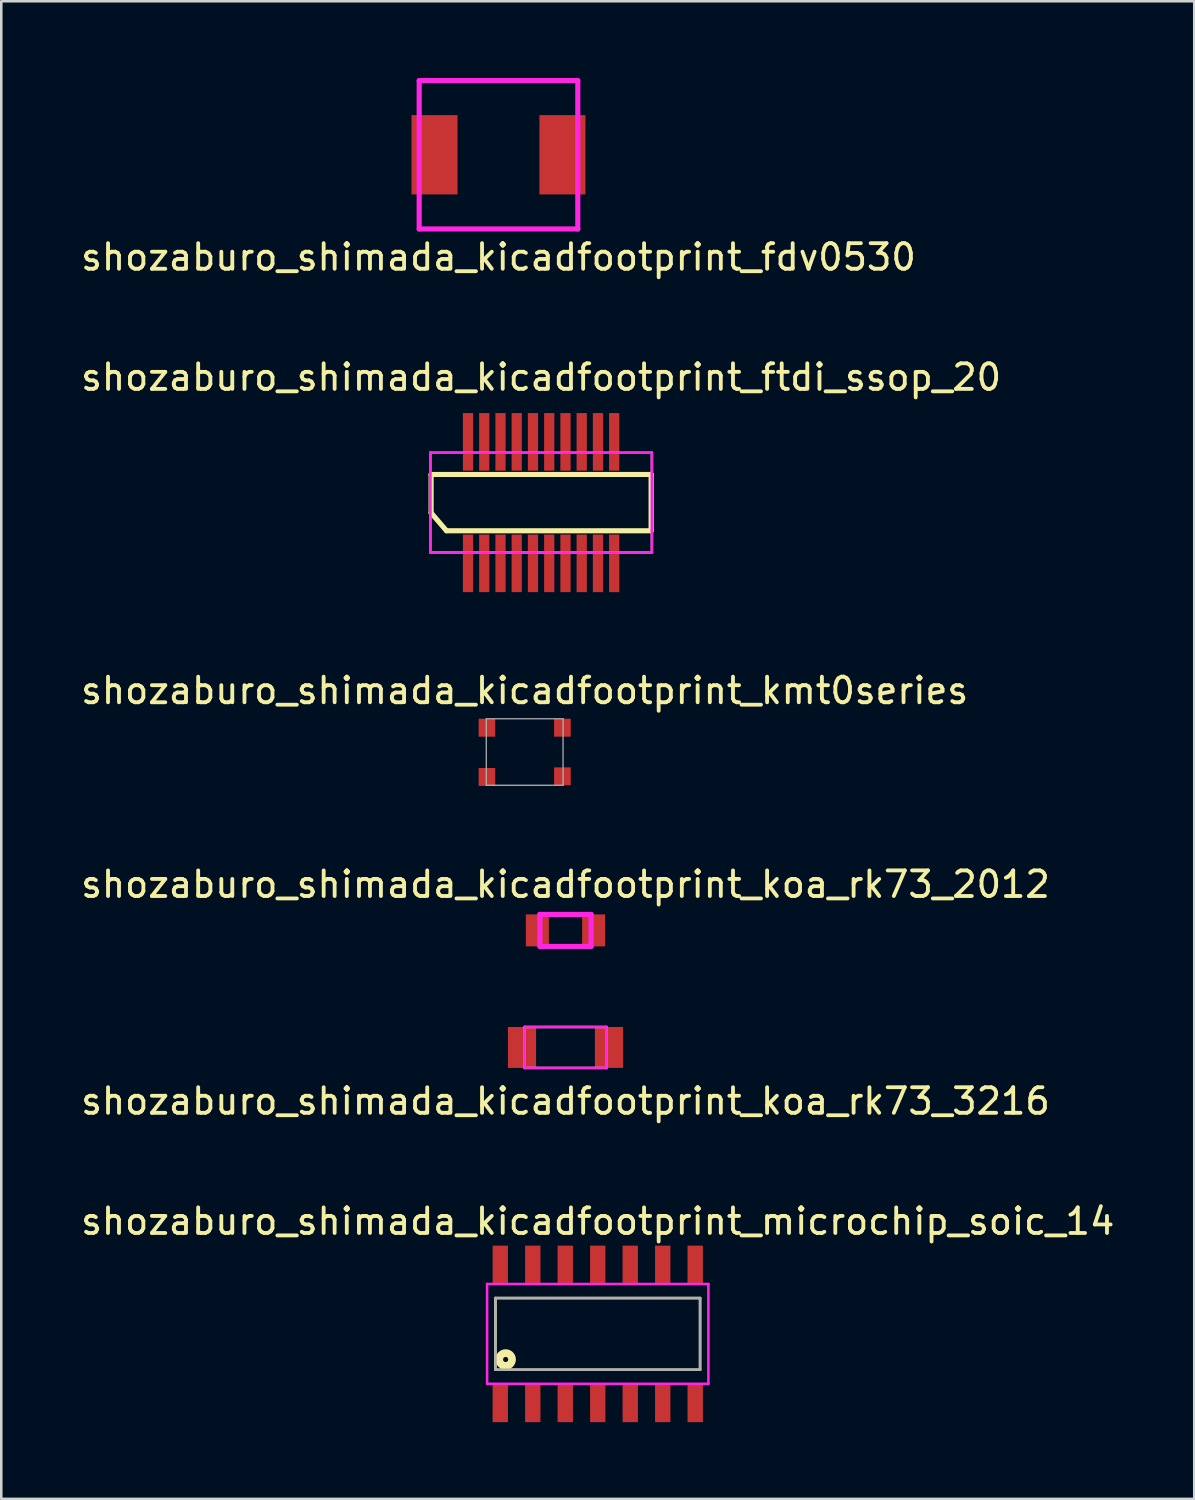
<source format=kicad_pcb>
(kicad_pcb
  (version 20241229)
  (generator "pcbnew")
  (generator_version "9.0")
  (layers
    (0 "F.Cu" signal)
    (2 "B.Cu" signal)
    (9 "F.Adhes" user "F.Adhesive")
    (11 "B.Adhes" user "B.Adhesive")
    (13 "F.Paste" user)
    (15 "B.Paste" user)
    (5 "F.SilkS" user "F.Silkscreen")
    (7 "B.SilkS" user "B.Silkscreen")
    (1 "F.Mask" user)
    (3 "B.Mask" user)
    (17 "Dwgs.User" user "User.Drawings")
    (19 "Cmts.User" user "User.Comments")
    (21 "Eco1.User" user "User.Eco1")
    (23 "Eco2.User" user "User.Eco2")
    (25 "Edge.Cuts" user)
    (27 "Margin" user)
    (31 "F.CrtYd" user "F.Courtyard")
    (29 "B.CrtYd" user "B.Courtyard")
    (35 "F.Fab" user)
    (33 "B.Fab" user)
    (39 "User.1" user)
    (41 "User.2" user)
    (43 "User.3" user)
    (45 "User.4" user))
  (footprint "shozaburo_shimada_kicadfootprint_fdv0530"
    (layer "F.Cu")
    (at 16.435 3)
    (property "Reference" "shozaburo_shimada_kicadfootprint_fdv0530" (at 0 4 0) (layer "F.SilkS") (effects (font (size 1 1) (thickness 0.15))))
    (attr smd)
    (fp_line (start -3.1 -2.9) (end 3.1 -2.9) (stroke (width 0.2) (type solid)) (layer "F.CrtYd"))
    (fp_line (start -3.1 2.9) (end -3.1 -2.9) (stroke (width 0.2) (type solid)) (layer "F.CrtYd"))
    (fp_line (start 3.1 -2.9) (end 3.1 2.9) (stroke (width 0.2) (type solid)) (layer "F.CrtYd"))
    (fp_line (start 3.1 2.9) (end -3.1 2.9) (stroke (width 0.2) (type solid)) (layer "F.CrtYd"))
    (fp_line (start -3.1 -2.9) (end 3.1 -2.9) (stroke (width 0.1) (type solid)) (layer "F.Fab"))
    (fp_line (start -3.1 2.9) (end -3.1 -2.9) (stroke (width 0.1) (type solid)) (layer "F.Fab"))
    (fp_line (start 3.1 -2.9) (end 3.1 2.9) (stroke (width 0.1) (type solid)) (layer "F.Fab"))
    (fp_line (start 3.1 2.9) (end -3.1 2.9) (stroke (width 0.1) (type solid)) (layer "F.Fab"))
    (pad "1" smd rect (at -2.5 0) (size 1.8 3.1) (layers "F.Cu" "F.Mask" "F.Paste"))
    (pad "2" smd rect (at 2.5 0) (size 1.8 3.1) (layers "F.Cu" "F.Mask" "F.Paste")))
  (footprint "shozaburo_shimada_kicadfootprint_koa_rk73_3216"
    (layer "F.Cu")
    (at 19.054 37.893)
    (property "Reference" "shozaburo_shimada_kicadfootprint_koa_rk73_3216" (at 0 2.1 0) (layer "F.SilkS") (effects (font (size 1 1) (thickness 0.15))))
    (attr smd)
    (fp_line (start -1.6 -0.8) (end 1.6 -0.8) (stroke (width 0.1) (type solid)) (layer "F.CrtYd"))
    (fp_line (start -1.6 0.8) (end -1.6 -0.8) (stroke (width 0.1) (type solid)) (layer "F.CrtYd"))
    (fp_line (start 1.6 -0.8) (end 1.6 0.8) (stroke (width 0.1) (type solid)) (layer "F.CrtYd"))
    (fp_line (start 1.6 0.8) (end -1.6 0.8) (stroke (width 0.1) (type solid)) (layer "F.CrtYd"))
    (fp_line (start -1.6 -0.8) (end 1.6 -0.8) (stroke (width 0.1) (type solid)) (layer "F.Fab"))
    (fp_line (start -1.6 0.8) (end -1.6 -0.8) (stroke (width 0.1) (type solid)) (layer "F.Fab"))
    (fp_line (start 1.6 -0.8) (end 1.6 0.8) (stroke (width 0.1) (type solid)) (layer "F.Fab"))
    (fp_line (start 1.6 0.8) (end -1.6 0.8) (stroke (width 0.1) (type solid)) (layer "F.Fab"))
    (pad "1" smd rect (at -1.7 0) (size 1.1 1.6) (layers "F.Cu" "F.Mask" "F.Paste"))
    (pad "2" smd rect (at 1.7 0) (size 1.1 1.6) (layers "F.Cu" "F.Mask" "F.Paste")))
  (footprint "shozaburo_shimada_kicadfootprint_ftdi_ssop_20"
    (layer "F.Cu")
    (at 18.101 16.596)
    (property "Reference" "shozaburo_shimada_kicadfootprint_ftdi_ssop_20" (at 0 -4.9 0) (layer "F.SilkS") (effects (font (size 1 1) (thickness 0.15))))
    (attr smd)
    (fp_line (start -4.3 -1.1) (end 4.3 -1.1) (stroke (width 0.2) (type solid)) (layer "F.SilkS"))
    (fp_line (start -4.3 0.4) (end -4.3 -1.1) (stroke (width 0.2) (type solid)) (layer "F.SilkS"))
    (fp_line (start -4.3 0.4) (end -3.7 1.1) (stroke (width 0.2) (type solid)) (layer "F.SilkS"))
    (fp_line (start 4.3 -1.1) (end 4.3 1.1) (stroke (width 0.2) (type solid)) (layer "F.SilkS"))
    (fp_line (start 4.3 1.1) (end -3.7 1.1) (stroke (width 0.2) (type solid)) (layer "F.SilkS"))
    (fp_line (start -4.33 -1.95) (end 4.33 -1.95) (stroke (width 0.1) (type solid)) (layer "F.CrtYd"))
    (fp_line (start -4.33 1.95) (end -4.33 -1.95) (stroke (width 0.1) (type solid)) (layer "F.CrtYd"))
    (fp_line (start 4.33 -1.95) (end 4.33 1.95) (stroke (width 0.1) (type solid)) (layer "F.CrtYd"))
    (fp_line (start 4.33 1.95) (end -4.33 1.95) (stroke (width 0.1) (type solid)) (layer "F.CrtYd"))
    (fp_line (start -4.33 -1.95) (end 4.33 -1.95) (stroke (width 0.1) (type solid)) (layer "F.Fab"))
    (fp_line (start -4.33 1.95) (end -4.33 -1.95) (stroke (width 0.1) (type solid)) (layer "F.Fab"))
    (fp_line (start 4.33 -1.95) (end 4.33 1.95) (stroke (width 0.1) (type solid)) (layer "F.Fab"))
    (fp_line (start 4.33 1.95) (end -4.33 1.95) (stroke (width 0.1) (type solid)) (layer "F.Fab"))
    (pad "1" smd rect (at -2.857 2.375) (size 0.4 2.25) (layers "F.Cu" "F.Mask" "F.Paste"))
    (pad "2" smd rect (at -2.223 2.375) (size 0.4 2.25) (layers "F.Cu" "F.Mask" "F.Paste"))
    (pad "3" smd rect (at -1.587 2.375) (size 0.4 2.25) (layers "F.Cu" "F.Mask" "F.Paste"))
    (pad "4" smd rect (at -0.953 2.375) (size 0.4 2.25) (layers "F.Cu" "F.Mask" "F.Paste"))
    (pad "5" smd rect (at -0.318 2.375) (size 0.4 2.25) (layers "F.Cu" "F.Mask" "F.Paste"))
    (pad "6" smd rect (at 0.318 2.375) (size 0.4 2.25) (layers "F.Cu" "F.Mask" "F.Paste"))
    (pad "7" smd rect (at 0.953 2.375) (size 0.4 2.25) (layers "F.Cu" "F.Mask" "F.Paste"))
    (pad "8" smd rect (at 1.587 2.375) (size 0.4 2.25) (layers "F.Cu" "F.Mask" "F.Paste"))
    (pad "9" smd rect (at 2.223 2.375) (size 0.4 2.25) (layers "F.Cu" "F.Mask" "F.Paste"))
    (pad "10" smd rect (at 2.857 2.375) (size 0.4 2.25) (layers "F.Cu" "F.Mask" "F.Paste"))
    (pad "11" smd rect (at 2.857 -2.375) (size 0.4 2.25) (layers "F.Cu" "F.Mask" "F.Paste"))
    (pad "12" smd rect (at 2.223 -2.375) (size 0.4 2.25) (layers "F.Cu" "F.Mask" "F.Paste"))
    (pad "13" smd rect (at 1.587 -2.375) (size 0.4 2.25) (layers "F.Cu" "F.Mask" "F.Paste"))
    (pad "14" smd rect (at 0.953 -2.375) (size 0.4 2.25) (layers "F.Cu" "F.Mask" "F.Paste"))
    (pad "15" smd rect (at 0.318 -2.375) (size 0.4 2.25) (layers "F.Cu" "F.Mask" "F.Paste"))
    (pad "16" smd rect (at -0.318 -2.375) (size 0.4 2.25) (layers "F.Cu" "F.Mask" "F.Paste"))
    (pad "17" smd rect (at -0.953 -2.375) (size 0.4 2.25) (layers "F.Cu" "F.Mask" "F.Paste"))
    (pad "18" smd rect (at -1.587 -2.375) (size 0.4 2.25) (layers "F.Cu" "F.Mask" "F.Paste"))
    (pad "19" smd rect (at -2.223 -2.375) (size 0.4 2.25) (layers "F.Cu" "F.Mask" "F.Paste"))
    (pad "20" smd rect (at -2.857 -2.375) (size 0.4 2.25) (layers "F.Cu" "F.Mask" "F.Paste")))
  (footprint "shozaburo_shimada_kicadfootprint_microchip_soic_14"
    (layer "F.Cu")
    (at 20.315 49.09)
    (property "Reference" "shozaburo_shimada_kicadfootprint_microchip_soic_14" (at 0 -4.4 0) (layer "F.SilkS") (effects (font (size 1 1) (thickness 0.15))))
    (attr smd)
    (fp_line (start -4 -1.4) (end -4 1.4) (stroke (width 0.1) (type solid)) (layer "F.SilkS"))
    (fp_line (start -4 1.4) (end 4 1.4) (stroke (width 0.1) (type solid)) (layer "F.SilkS"))
    (fp_line (start 4 -1.4) (end -4 -1.4) (stroke (width 0.1) (type solid)) (layer "F.SilkS"))
    (fp_line (start 4 1.4) (end 4 -1.4) (stroke (width 0.1) (type solid)) (layer "F.SilkS"))
    (fp_circle (center -3.6 1) (end -3.6 1.1) (stroke (width 0.3) (type solid)) (fill no) (layer "F.SilkS"))
    (fp_line (start -4.325 -1.95) (end 4.325 -1.95) (stroke (width 0.1) (type solid)) (layer "F.CrtYd"))
    (fp_line (start -4.325 1.95) (end -4.325 -1.95) (stroke (width 0.1) (type solid)) (layer "F.CrtYd"))
    (fp_line (start 4.325 -1.95) (end 4.325 1.95) (stroke (width 0.1) (type solid)) (layer "F.CrtYd"))
    (fp_line (start 4.325 1.95) (end -4.325 1.95) (stroke (width 0.1) (type solid)) (layer "F.CrtYd"))
    (fp_line (start -4 -1.4) (end -4 1.4) (stroke (width 0.1) (type solid)) (layer "F.Fab"))
    (fp_line (start -4 1.4) (end 4 1.4) (stroke (width 0.1) (type solid)) (layer "F.Fab"))
    (fp_line (start 4 -1.4) (end -4 -1.4) (stroke (width 0.1) (type solid)) (layer "F.Fab"))
    (fp_line (start 4 1.4) (end 4 -1.4) (stroke (width 0.1) (type solid)) (layer "F.Fab"))
    (pad "1" smd rect (at -3.81 2.7) (size 0.6 1.5) (layers "F.Cu" "F.Mask" "F.Paste"))
    (pad "2" smd rect (at -2.54 2.7) (size 0.6 1.5) (layers "F.Cu" "F.Mask" "F.Paste"))
    (pad "3" smd rect (at -1.27 2.7) (size 0.6 1.5) (layers "F.Cu" "F.Mask" "F.Paste"))
    (pad "4" smd rect (at 0 2.7) (size 0.6 1.5) (layers "F.Cu" "F.Mask" "F.Paste"))
    (pad "5" smd rect (at 1.27 2.7) (size 0.6 1.5) (layers "F.Cu" "F.Mask" "F.Paste"))
    (pad "6" smd rect (at 2.54 2.7) (size 0.6 1.5) (layers "F.Cu" "F.Mask" "F.Paste"))
    (pad "7" smd rect (at 3.81 2.7) (size 0.6 1.5) (layers "F.Cu" "F.Mask" "F.Paste"))
    (pad "8" smd rect (at 3.81 -2.7) (size 0.6 1.5) (layers "F.Cu" "F.Mask" "F.Paste"))
    (pad "9" smd rect (at 2.54 -2.7) (size 0.6 1.5) (layers "F.Cu" "F.Mask" "F.Paste"))
    (pad "10" smd rect (at 1.27 -2.7) (size 0.6 1.5) (layers "F.Cu" "F.Mask" "F.Paste"))
    (pad "11" smd rect (at 0 -2.7) (size 0.6 1.5) (layers "F.Cu" "F.Mask" "F.Paste"))
    (pad "12" smd rect (at -1.27 -2.7) (size 0.6 1.5) (layers "F.Cu" "F.Mask" "F.Paste"))
    (pad "13" smd rect (at -2.54 -2.7) (size 0.6 1.5) (layers "F.Cu" "F.Mask" "F.Paste"))
    (pad "14" smd rect (at -3.81 -2.7) (size 0.6 1.5) (layers "F.Cu" "F.Mask" "F.Paste")))
  (footprint "shozaburo_shimada_kicadfootprint_koa_rk73_2012"
    (layer "F.Cu")
    (at 19.054 33.318)
    (property "Reference" "shozaburo_shimada_kicadfootprint_koa_rk73_2012" (at 0 -1.8 0) (layer "F.SilkS") (effects (font (size 1 1) (thickness 0.15))))
    (attr smd)
    (fp_line (start -1 -0.625) (end 1 -0.625) (stroke (width 0.2) (type solid)) (layer "F.CrtYd"))
    (fp_line (start -1 0.625) (end -1 -0.625) (stroke (width 0.2) (type solid)) (layer "F.CrtYd"))
    (fp_line (start 1 -0.625) (end 1 0.625) (stroke (width 0.2) (type solid)) (layer "F.CrtYd"))
    (fp_line (start 1 0.625) (end -1 0.625) (stroke (width 0.2) (type solid)) (layer "F.CrtYd"))
    (fp_line (start -1 -0.625) (end 1 -0.625) (stroke (width 0.1) (type solid)) (layer "F.Fab"))
    (fp_line (start -1 0.625) (end -1 -0.625) (stroke (width 0.1) (type solid)) (layer "F.Fab"))
    (fp_line (start 1 -0.625) (end 1 0.625) (stroke (width 0.1) (type solid)) (layer "F.Fab"))
    (fp_line (start 1 0.625) (end -1 0.625) (stroke (width 0.1) (type solid)) (layer "F.Fab"))
    (pad "1" smd rect (at -1.1 0) (size 0.9 1.25) (layers "F.Cu" "F.Mask" "F.Paste"))
    (pad "2" smd rect (at 1.1 0) (size 0.9 1.25) (layers "F.Cu" "F.Mask" "F.Paste")))
  (footprint "shozaburo_shimada_kicadfootprint_kmt0series"
    (layer "F.Cu")
    (at 17.458 26.345)
    (property "Reference" "shozaburo_shimada_kicadfootprint_kmt0series" (at 0 -2.4 0) (layer "F.SilkS") (effects (font (size 1 1) (thickness 0.15))))
    (attr smd)
    (fp_line (start -1.5 -1.3) (end 1.5 -1.3) (stroke (width 0.05) (type solid)) (layer "F.Fab"))
    (fp_line (start -1.5 1.3) (end -1.5 -1.3) (stroke (width 0.05) (type solid)) (layer "F.Fab"))
    (fp_line (start 1.5 -1.3) (end 1.5 1.3) (stroke (width 0.05) (type solid)) (layer "F.Fab"))
    (fp_line (start 1.5 1.3) (end -1.5 1.3) (stroke (width 0.05) (type solid)) (layer "F.Fab"))
    (pad "1" smd rect (at -1.475 -0.95) (size 0.65 0.7) (layers "F.Cu" "F.Mask" "F.Paste"))
    (pad "2" smd rect (at 1.475 -0.95) (size 0.65 0.7) (layers "F.Cu" "F.Mask" "F.Paste"))
    (pad "3" smd rect (at -1.475 0.975) (size 0.65 0.7) (layers "F.Cu" "F.Mask" "F.Paste"))
    (pad "4" smd rect (at 1.475 0.95) (size 0.65 0.7) (layers "F.Cu" "F.Mask" "F.Paste")))
  (gr_rect
    (start -3 -3)
    (end 43.631 55.539)
    (stroke (width 0.1) (type default))
    (fill no)
    (layer "Edge.Cuts")))
</source>
